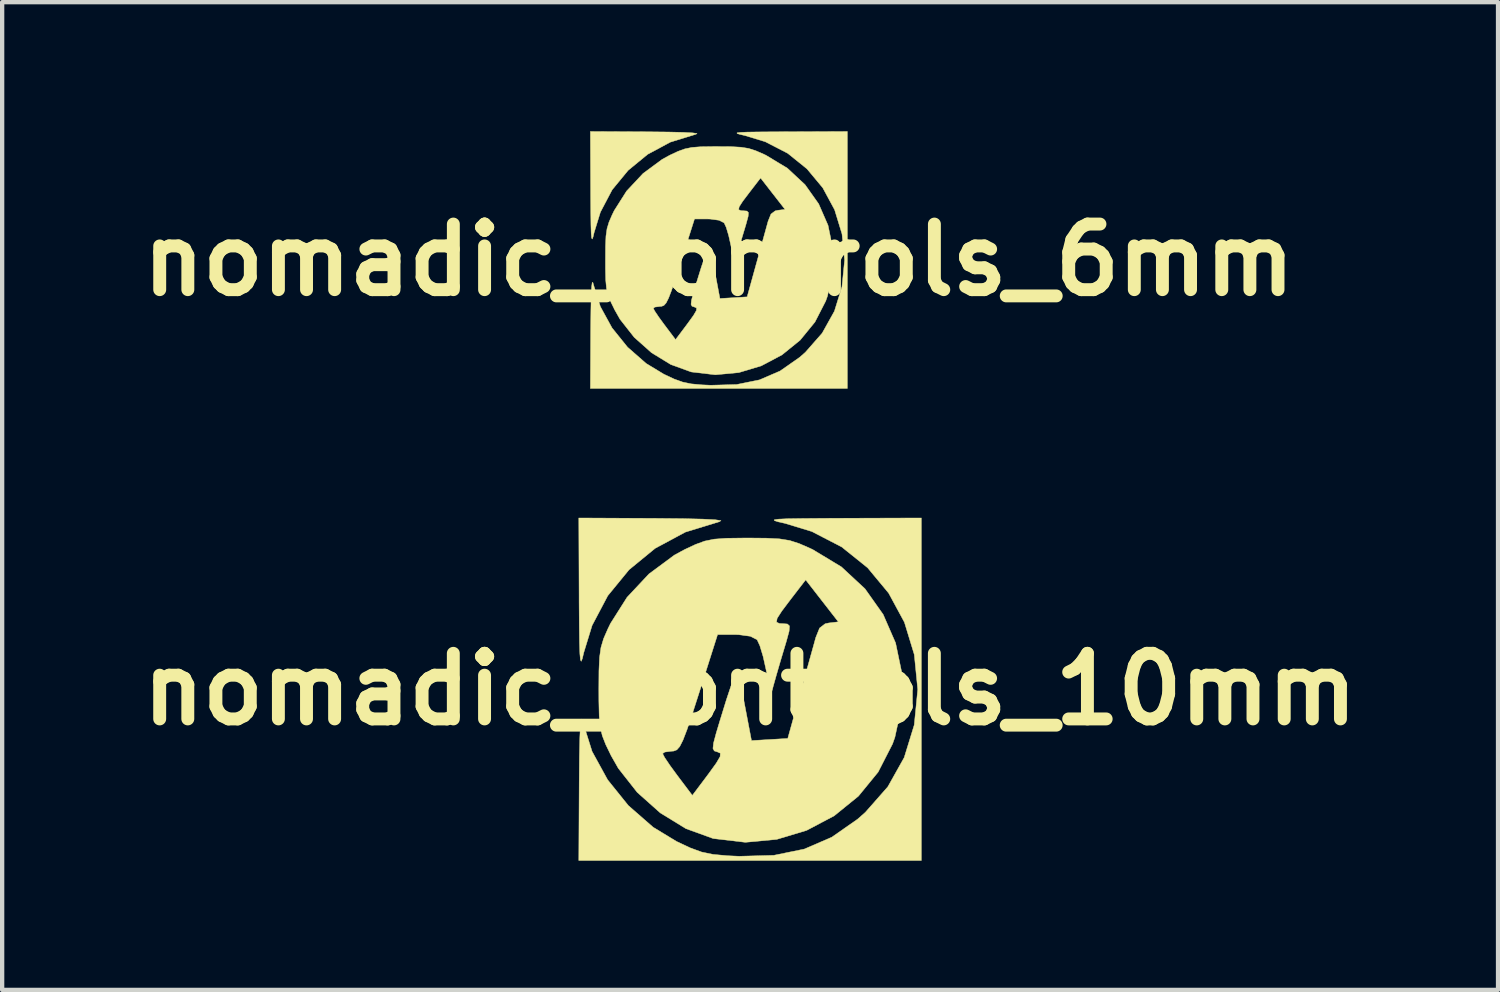
<source format=kicad_pcb>
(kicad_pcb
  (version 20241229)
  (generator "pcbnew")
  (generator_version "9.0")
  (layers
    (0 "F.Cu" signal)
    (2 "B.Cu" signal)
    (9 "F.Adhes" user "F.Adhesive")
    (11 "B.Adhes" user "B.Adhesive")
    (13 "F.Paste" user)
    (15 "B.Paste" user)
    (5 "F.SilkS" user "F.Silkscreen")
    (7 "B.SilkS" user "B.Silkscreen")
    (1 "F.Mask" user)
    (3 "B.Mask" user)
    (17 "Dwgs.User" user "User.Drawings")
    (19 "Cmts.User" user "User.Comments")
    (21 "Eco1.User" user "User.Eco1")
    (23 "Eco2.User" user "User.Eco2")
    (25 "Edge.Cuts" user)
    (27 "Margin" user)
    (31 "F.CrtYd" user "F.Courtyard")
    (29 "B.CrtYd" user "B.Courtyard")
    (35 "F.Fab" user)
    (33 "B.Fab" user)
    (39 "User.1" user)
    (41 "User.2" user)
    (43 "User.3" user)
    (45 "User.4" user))
  (footprint "nomadic_controls_6mm"
    (layer "F.Cu")
    (at 13.651 2.99)
    (property "Reference" "nomadic_controls_6mm" (at 0 0 0) (layer "F.SilkS") (effects (font (size 1.524 1.524) (thickness 0.3))))
    (attr through_hole)
    (fp_poly (pts (xy -1.635 -2.978) (xy -1.172 -2.973) (xy -0.828 -2.965) (xy -0.606 -2.953) (xy -0.507 -2.938) (xy -0.533 -2.92) (xy -0.54 -2.919) (xy -1.127 -2.738) (xy -1.654 -2.455) (xy -2.108 -2.082) (xy -2.479 -1.631) (xy -2.752 -1.112) (xy -2.898 -0.638) (xy -2.923 -0.533) (xy -2.942 -0.487) (xy -2.956 -0.511) (xy -2.966 -0.616) (xy -2.972 -0.813) (xy -2.976 -1.113) (xy -2.979 -1.526) (xy -2.979 -1.635) (xy -2.985 -2.985) (xy -1.635 -2.978)) (stroke (width 0.01) (type solid)) (fill yes) (layer "F.SilkS"))
    (fp_poly (pts (xy 2.985 2.985) (xy -2.985 2.985) (xy -2.978 1.635) (xy -2.973 1.176) (xy -2.966 0.84) (xy -2.956 0.623) (xy -2.942 0.52) (xy -2.925 0.527) (xy -2.916 0.565) (xy -2.753 1.083) (xy -2.482 1.578) (xy -2.121 2.026) (xy -1.688 2.405) (xy -1.281 2.652) (xy -1.041 2.765) (xy -0.844 2.836) (xy -0.643 2.878) (xy -0.392 2.901) (xy -0.19 2.91) (xy 0.414 2.893) (xy 0.945 2.785) (xy 1.424 2.578) (xy 1.873 2.264) (xy 2.009 2.145) (xy 2.4 1.7) (xy 2.685 1.189) (xy 2.86 0.623) (xy 2.921 0.01) (xy 2.921 0) (xy 2.861 -0.605) (xy 2.689 -1.167) (xy 2.414 -1.676) (xy 2.047 -2.117) (xy 1.598 -2.479) (xy 1.076 -2.748) (xy 0.609 -2.89) (xy 0.49 -2.918) (xy 0.424 -2.938) (xy 0.422 -2.954) (xy 0.496 -2.964) (xy 0.656 -2.971) (xy 0.914 -2.975) (xy 1.281 -2.978) (xy 1.603 -2.979) (xy 2.985 -2.985) (xy 2.985 2.985)) (stroke (width 0.01) (type solid)) (fill yes) (layer "F.SilkS"))
    (fp_poly (pts (xy 0.285 -2.633) (xy 0.513 -2.62) (xy 0.69 -2.592) (xy 0.853 -2.54) (xy 1.041 -2.458) (xy 1.094 -2.433) (xy 1.592 -2.132) (xy 2.002 -1.75) (xy 2.319 -1.303) (xy 2.536 -0.806) (xy 2.646 -0.274) (xy 2.645 0.279) (xy 2.524 0.835) (xy 2.483 0.953) (xy 2.232 1.442) (xy 1.888 1.863) (xy 1.466 2.205) (xy 0.986 2.459) (xy 0.464 2.616) (xy -0.082 2.667) (xy -0.634 2.602) (xy -0.651 2.598) (xy -1.118 2.428) (xy -1.565 2.154) (xy -1.967 1.796) (xy -2.295 1.379) (xy -2.421 1.157) (xy -2.438 1.121) (xy -1.524 1.121) (xy -1.488 1.19) (xy -1.395 1.328) (xy -1.265 1.506) (xy -1.006 1.85) (xy -0.729 1.481) (xy -0.589 1.288) (xy -0.522 1.173) (xy -0.518 1.115) (xy -0.569 1.092) (xy -0.623 1.075) (xy -0.646 1.031) (xy -0.636 0.936) (xy -0.591 0.764) (xy -0.527 0.552) (xy -0.414 0.187) (xy -0.332 -0.061) (xy -0.271 -0.198) (xy -0.225 -0.229) (xy -0.186 -0.159) (xy -0.145 0.008) (xy -0.095 0.265) (xy -0.093 0.273) (xy 0.024 0.895) (xy 0.341 0.876) (xy 0.657 0.857) (xy 0.868 0.095) (xy 0.956 -0.222) (xy 1.038 -0.517) (xy 1.104 -0.756) (xy 1.144 -0.901) (xy 1.211 -1.067) (xy 1.309 -1.141) (xy 1.374 -1.155) (xy 1.538 -1.175) (xy 1.253 -1.54) (xy 0.969 -1.906) (xy 0.707 -1.566) (xy 0.552 -1.361) (xy 0.472 -1.236) (xy 0.46 -1.17) (xy 0.51 -1.146) (xy 0.572 -1.143) (xy 0.651 -1.137) (xy 0.687 -1.102) (xy 0.68 -1.012) (xy 0.633 -0.838) (xy 0.601 -0.73) (xy 0.527 -0.485) (xy 0.456 -0.239) (xy 0.433 -0.159) (xy 0.362 0.095) (xy 0.279 -0.339) (xy 0.227 -0.571) (xy 0.17 -0.76) (xy 0.122 -0.863) (xy 0.005 -0.923) (xy -0.2 -0.951) (xy -0.259 -0.953) (xy -0.566 -0.953) (xy -0.889 0.064) (xy -1.009 0.437) (xy -1.099 0.706) (xy -1.169 0.887) (xy -1.225 0.998) (xy -1.277 1.056) (xy -1.331 1.077) (xy -1.368 1.079) (xy -1.486 1.094) (xy -1.524 1.121) (xy -2.438 1.121) (xy -2.514 0.966) (xy -2.575 0.81) (xy -2.611 0.654) (xy -2.629 0.462) (xy -2.635 0.2) (xy -2.635 -0.001) (xy -2.633 -0.324) (xy -2.623 -0.554) (xy -2.598 -0.728) (xy -2.552 -0.881) (xy -2.479 -1.049) (xy -2.432 -1.146) (xy -2.143 -1.602) (xy -1.761 -2.01) (xy -1.318 -2.337) (xy -1.143 -2.433) (xy -0.951 -2.523) (xy -0.791 -2.581) (xy -0.626 -2.615) (xy -0.419 -2.631) (xy -0.132 -2.635) (xy -0.032 -2.635) (xy 0.285 -2.633)) (stroke (width 0.01) (type solid)) (fill yes) (layer "F.SilkS")))
  (footprint "nomadic_controls_10mm"
    (layer "F.Cu")
    (at 14.376 12.963)
    (property "Reference" "nomadic_controls_10mm" (at 0 0 0) (layer "F.SilkS") (effects (font (size 1.524 1.524) (thickness 0.3))))
    (attr through_hole)
    (fp_poly (pts (xy -2.18 -3.97) (xy -1.562 -3.964) (xy -1.104 -3.953) (xy -0.808 -3.938) (xy -0.676 -3.918) (xy -0.711 -3.893) (xy -0.72 -3.891) (xy -1.503 -3.651) (xy -2.205 -3.274) (xy -2.811 -2.777) (xy -3.305 -2.174) (xy -3.67 -1.483) (xy -3.864 -0.851) (xy -3.897 -0.711) (xy -3.923 -0.649) (xy -3.941 -0.682) (xy -3.954 -0.822) (xy -3.963 -1.084) (xy -3.968 -1.484) (xy -3.972 -2.035) (xy -3.972 -2.18) (xy -3.979 -3.979) (xy -2.18 -3.97)) (stroke (width 0.01) (type solid)) (fill yes) (layer "F.SilkS"))
    (fp_poly (pts (xy 3.979 3.979) (xy -3.979 3.979) (xy -3.97 2.18) (xy -3.965 1.568) (xy -3.955 1.12) (xy -3.941 0.83) (xy -3.923 0.693) (xy -3.9 0.703) (xy -3.888 0.753) (xy -3.671 1.444) (xy -3.309 2.104) (xy -2.828 2.702) (xy -2.251 3.206) (xy -1.708 3.536) (xy -1.388 3.686) (xy -1.125 3.782) (xy -0.858 3.837) (xy -0.522 3.868) (xy -0.254 3.88) (xy 0.552 3.858) (xy 1.26 3.713) (xy 1.898 3.437) (xy 2.497 3.019) (xy 2.678 2.859) (xy 3.2 2.266) (xy 3.581 1.586) (xy 3.814 0.83) (xy 3.895 0.013) (xy 3.895 0) (xy 3.815 -0.806) (xy 3.586 -1.556) (xy 3.219 -2.234) (xy 2.73 -2.823) (xy 2.13 -3.305) (xy 1.434 -3.665) (xy 0.813 -3.854) (xy 0.653 -3.89) (xy 0.565 -3.918) (xy 0.563 -3.938) (xy 0.661 -3.952) (xy 0.875 -3.962) (xy 1.219 -3.967) (xy 1.708 -3.971) (xy 2.138 -3.973) (xy 3.979 -3.979) (xy 3.979 3.979)) (stroke (width 0.01) (type solid)) (fill yes) (layer "F.SilkS"))
    (fp_poly (pts (xy 0.38 -3.51) (xy 0.684 -3.494) (xy 0.92 -3.456) (xy 1.138 -3.386) (xy 1.388 -3.277) (xy 1.458 -3.244) (xy 2.122 -2.843) (xy 2.67 -2.334) (xy 3.092 -1.738) (xy 3.381 -1.075) (xy 3.529 -0.365) (xy 3.526 0.371) (xy 3.365 1.114) (xy 3.31 1.27) (xy 2.976 1.923) (xy 2.517 2.484) (xy 1.955 2.94) (xy 1.314 3.279) (xy 0.619 3.488) (xy -0.109 3.556) (xy -0.846 3.469) (xy -0.868 3.464) (xy -1.491 3.238) (xy -2.087 2.872) (xy -2.622 2.395) (xy -3.06 1.838) (xy -3.228 1.543) (xy -3.251 1.495) (xy -2.032 1.495) (xy -1.985 1.586) (xy -1.86 1.771) (xy -1.686 2.009) (xy -1.341 2.466) (xy -0.971 1.974) (xy -0.786 1.718) (xy -0.696 1.565) (xy -0.691 1.486) (xy -0.758 1.456) (xy -0.831 1.433) (xy -0.862 1.375) (xy -0.848 1.248) (xy -0.787 1.019) (xy -0.702 0.736) (xy -0.552 0.25) (xy -0.442 -0.081) (xy -0.362 -0.264) (xy -0.3 -0.305) (xy -0.248 -0.211) (xy -0.193 0.01) (xy -0.127 0.354) (xy -0.125 0.364) (xy 0.033 1.193) (xy 0.454 1.168) (xy 0.876 1.143) (xy 1.158 0.127) (xy 1.275 -0.297) (xy 1.384 -0.69) (xy 1.473 -1.008) (xy 1.526 -1.201) (xy 1.615 -1.422) (xy 1.745 -1.522) (xy 1.831 -1.54) (xy 2.051 -1.566) (xy 1.292 -2.542) (xy 0.942 -2.088) (xy 0.736 -1.815) (xy 0.629 -1.648) (xy 0.614 -1.56) (xy 0.68 -1.528) (xy 0.762 -1.524) (xy 0.868 -1.516) (xy 0.916 -1.47) (xy 0.907 -1.349) (xy 0.844 -1.117) (xy 0.801 -0.974) (xy 0.703 -0.646) (xy 0.608 -0.319) (xy 0.578 -0.212) (xy 0.483 0.127) (xy 0.372 -0.452) (xy 0.303 -0.762) (xy 0.227 -1.013) (xy 0.163 -1.151) (xy 0.007 -1.231) (xy -0.267 -1.268) (xy -0.345 -1.27) (xy -0.755 -1.27) (xy -1.185 0.085) (xy -1.345 0.583) (xy -1.466 0.941) (xy -1.559 1.183) (xy -1.634 1.331) (xy -1.702 1.408) (xy -1.774 1.436) (xy -1.824 1.439) (xy -1.981 1.459) (xy -2.032 1.495) (xy -3.251 1.495) (xy -3.352 1.288) (xy -3.433 1.08) (xy -3.482 0.872) (xy -3.505 0.617) (xy -3.513 0.267) (xy -3.514 -0.002) (xy -3.511 -0.431) (xy -3.497 -0.739) (xy -3.464 -0.971) (xy -3.403 -1.175) (xy -3.306 -1.398) (xy -3.243 -1.528) (xy -2.858 -2.136) (xy -2.348 -2.68) (xy -1.758 -3.117) (xy -1.524 -3.244) (xy -1.268 -3.364) (xy -1.055 -3.442) (xy -0.835 -3.487) (xy -0.558 -3.508) (xy -0.176 -3.513) (xy -0.042 -3.514) (xy 0.38 -3.51)) (stroke (width 0.01) (type solid)) (fill yes) (layer "F.SilkS")))
  (gr_rect
    (start -3 -3)
    (end 31.753 19.948)
    (stroke (width 0.1) (type default))
    (fill no)
    (layer "Edge.Cuts")))
</source>
